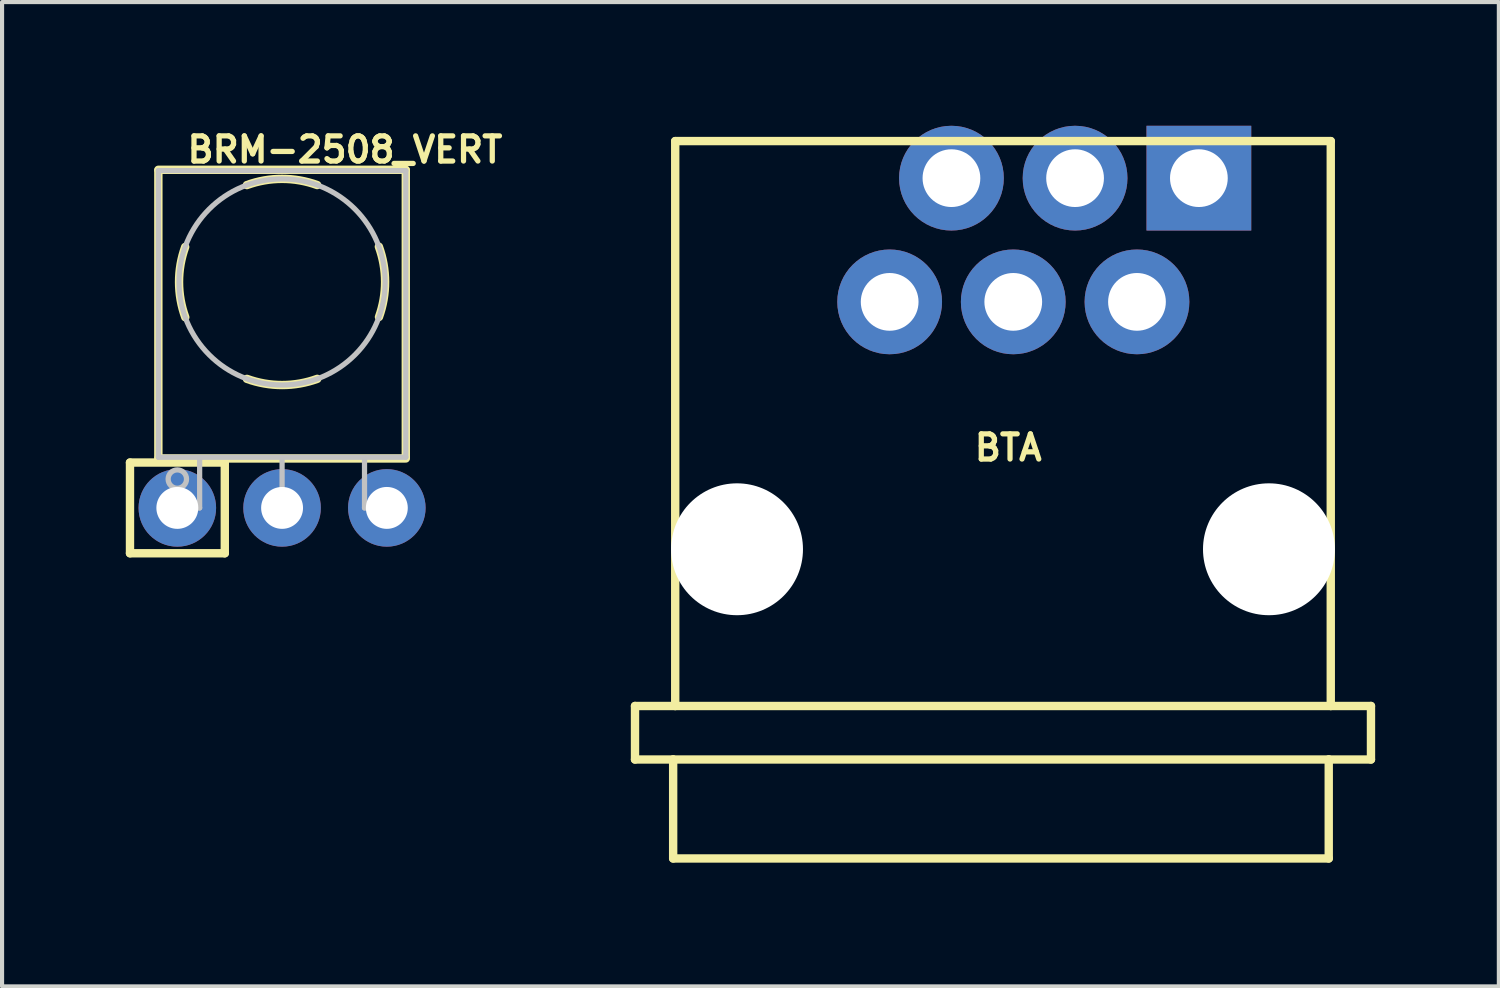
<source format=kicad_pcb>
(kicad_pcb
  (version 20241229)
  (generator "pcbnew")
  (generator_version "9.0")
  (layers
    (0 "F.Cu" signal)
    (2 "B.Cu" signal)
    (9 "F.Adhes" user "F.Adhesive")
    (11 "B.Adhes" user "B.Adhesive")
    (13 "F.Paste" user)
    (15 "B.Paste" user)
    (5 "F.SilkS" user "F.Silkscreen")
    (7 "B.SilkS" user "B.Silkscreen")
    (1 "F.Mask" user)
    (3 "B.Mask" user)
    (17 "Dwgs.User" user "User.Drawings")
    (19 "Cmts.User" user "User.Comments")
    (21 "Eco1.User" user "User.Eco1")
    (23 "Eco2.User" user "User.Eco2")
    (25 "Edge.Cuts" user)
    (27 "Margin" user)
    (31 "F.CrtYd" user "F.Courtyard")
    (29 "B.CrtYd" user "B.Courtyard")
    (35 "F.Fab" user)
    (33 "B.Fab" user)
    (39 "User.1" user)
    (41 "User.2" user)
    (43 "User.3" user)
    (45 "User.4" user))
  (footprint "BRM-2508_VERT"
    (layer "F.Cu")
    (at 3.79 9.266)
    (property "Reference" "BRM-2508_VERT" (at 1.524 -8.687 0) (layer "F.SilkS") (effects (font (size 0.61 0.61) (thickness 0.127))))
    (attr exclude_from_pos_files exclude_from_bom)
    (fp_line (start -3.688 -1.1) (end -3.688 1.1) (stroke (width 0.203) (type solid)) (layer "F.SilkS"))
    (fp_line (start -3 -8.199) (end 3 -8.199) (stroke (width 0.203) (type solid)) (layer "F.SilkS"))
    (fp_line (start -3 -8.179) (end -3 -1.229) (stroke (width 0.203) (type solid)) (layer "F.SilkS"))
    (fp_line (start -3 -1.199) (end 3 -1.199) (stroke (width 0.203) (type solid)) (layer "F.SilkS"))
    (fp_line (start -1.389 -1.1) (end -3.688 -1.1) (stroke (width 0.203) (type solid)) (layer "F.SilkS"))
    (fp_line (start -1.389 -1.1) (end -1.389 1.1) (stroke (width 0.203) (type solid)) (layer "F.SilkS"))
    (fp_line (start -1.389 1.1) (end -3.688 1.1) (stroke (width 0.203) (type solid)) (layer "F.SilkS"))
    (fp_line (start 3 -8.179) (end 3 -1.229) (stroke (width 0.203) (type solid)) (layer "F.SilkS"))
    (fp_arc (start -2.34696 -4.6228) (mid -2.498181 -5.47495) (end -2.349574 -6.327559) (stroke (width 0.2032) (type solid)) (layer "F.SilkS"))
    (fp_arc (start -0.85344 -7.82828) (mid -0.000577 -7.978482) (end 0.852356 -7.828673) (stroke (width 0.2032) (type solid)) (layer "F.SilkS"))
    (fp_arc (start 0.85344 -3.12928) (mid 0.000577 -2.979078) (end -0.852356 -3.128887) (stroke (width 0.2032) (type solid)) (layer "F.SilkS"))
    (fp_arc (start 2.34696 -6.33476) (mid 2.498181 -5.48261) (end 2.349574 -4.630001) (stroke (width 0.2032) (type solid)) (layer "F.SilkS"))
    (fp_line (start -3 -8.179) (end -3 -1.229) (stroke (width 0.127) (type solid)) (layer "Dwgs.User"))
    (fp_line (start -3 -8.179) (end 3 -8.179) (stroke (width 0.127) (type solid)) (layer "Dwgs.User"))
    (fp_line (start -3 -1.229) (end 3 -1.229) (stroke (width 0.127) (type solid)) (layer "Dwgs.User"))
    (fp_line (start -2.794 -0.254) (end -2.286 -0.254) (stroke (width 0.066) (type solid)) (layer "Dwgs.User"))
    (fp_line (start -2.794 0.254) (end -2.794 -0.254) (stroke (width 0.066) (type solid)) (layer "Dwgs.User"))
    (fp_line (start -2.794 0.254) (end -2.286 0.254) (stroke (width 0.066) (type solid)) (layer "Dwgs.User"))
    (fp_line (start -2.499 0) (end -1.999 0) (stroke (width 0.127) (type solid)) (layer "Dwgs.User"))
    (fp_line (start -2.286 0.254) (end -2.286 -0.254) (stroke (width 0.066) (type solid)) (layer "Dwgs.User"))
    (fp_line (start -1.999 0) (end -1.999 -1.199) (stroke (width 0.127) (type solid)) (layer "Dwgs.User"))
    (fp_line (start -0.254 -0.254) (end 0.254 -0.254) (stroke (width 0.066) (type solid)) (layer "Dwgs.User"))
    (fp_line (start -0.254 0.254) (end -0.254 -0.254) (stroke (width 0.066) (type solid)) (layer "Dwgs.User"))
    (fp_line (start -0.254 0.254) (end 0.254 0.254) (stroke (width 0.066) (type solid)) (layer "Dwgs.User"))
    (fp_line (start 0 -1.199) (end 0 0) (stroke (width 0.127) (type solid)) (layer "Dwgs.User"))
    (fp_line (start 0.254 0.254) (end 0.254 -0.254) (stroke (width 0.066) (type solid)) (layer "Dwgs.User"))
    (fp_line (start 1.999 0) (end 1.999 -1.199) (stroke (width 0.127) (type solid)) (layer "Dwgs.User"))
    (fp_line (start 2.286 -0.254) (end 2.794 -0.254) (stroke (width 0.066) (type solid)) (layer "Dwgs.User"))
    (fp_line (start 2.286 0.254) (end 2.286 -0.254) (stroke (width 0.066) (type solid)) (layer "Dwgs.User"))
    (fp_line (start 2.286 0.254) (end 2.794 0.254) (stroke (width 0.066) (type solid)) (layer "Dwgs.User"))
    (fp_line (start 2.499 0) (end 1.999 0) (stroke (width 0.127) (type solid)) (layer "Dwgs.User"))
    (fp_line (start 2.794 0.254) (end 2.794 -0.254) (stroke (width 0.066) (type solid)) (layer "Dwgs.User"))
    (fp_line (start 3 -8.179) (end 3 -1.229) (stroke (width 0.127) (type solid)) (layer "Dwgs.User"))
    (fp_circle (center -2.54 -0.699) (end -2.54 -0.922) (stroke (width 0.127) (type solid)) (fill no) (layer "Dwgs.User"))
    (fp_circle (center 0 -5.479) (end 0 -7.978) (stroke (width 0.127) (type solid)) (fill no) (layer "Dwgs.User"))
    (pad "1" thru_hole circle (at -2.54 0) (size 1.88 1.88) (drill 1.016) (layers "*.Cu" "*.Paste" "*.Mask"))
    (pad "2" thru_hole circle (at 0 0) (size 1.88 1.88) (drill 1.016) (layers "*.Cu" "*.Paste" "*.Mask"))
    (pad "3" thru_hole circle (at 2.54 0) (size 1.88 1.88) (drill 1.016) (layers "*.Cu" "*.Paste" "*.Mask")))
  (footprint "BTA"
    (layer "F.Cu")
    (at 21.271 10.269)
    (property "Reference" "BTA" (at 0.127 -2.464 0) (layer "F.SilkS") (effects (font (size 0.61 0.61) (thickness 0.127))))
    (attr exclude_from_pos_files exclude_from_bom)
    (fp_line (start -8.923 3.8) (end -8.923 5.098) (stroke (width 0.203) (type solid)) (layer "F.SilkS"))
    (fp_line (start -8.923 3.8) (end -7.948 3.8) (stroke (width 0.203) (type solid)) (layer "F.SilkS"))
    (fp_line (start -8.923 5.098) (end -7.998 5.098) (stroke (width 0.203) (type solid)) (layer "F.SilkS"))
    (fp_line (start -7.998 5.098) (end 7.899 5.098) (stroke (width 0.203) (type solid)) (layer "F.SilkS"))
    (fp_line (start -7.998 7.498) (end -7.998 5.098) (stroke (width 0.203) (type solid)) (layer "F.SilkS"))
    (fp_line (start -7.998 7.498) (end 7.899 7.498) (stroke (width 0.203) (type solid)) (layer "F.SilkS"))
    (fp_line (start -7.948 -9.898) (end 7.948 -9.898) (stroke (width 0.203) (type solid)) (layer "F.SilkS"))
    (fp_line (start -7.948 3.8) (end -7.948 -9.898) (stroke (width 0.203) (type solid)) (layer "F.SilkS"))
    (fp_line (start -7.948 3.8) (end 7.948 3.8) (stroke (width 0.203) (type solid)) (layer "F.SilkS"))
    (fp_line (start 7.899 5.098) (end 8.923 5.098) (stroke (width 0.203) (type solid)) (layer "F.SilkS"))
    (fp_line (start 7.899 7.498) (end 7.899 5.098) (stroke (width 0.203) (type solid)) (layer "F.SilkS"))
    (fp_line (start 7.948 3.8) (end 7.948 -9.898) (stroke (width 0.203) (type solid)) (layer "F.SilkS"))
    (fp_line (start 7.948 3.8) (end 8.923 3.8) (stroke (width 0.203) (type solid)) (layer "F.SilkS"))
    (fp_line (start 8.923 3.8) (end 8.923 5.098) (stroke (width 0.203) (type solid)) (layer "F.SilkS"))
    (pad "" np_thru_hole circle (at -6.449 0) (size 3.198 3.198) (drill 3.198) (layers "*.Cu" "*.Mask"))
    (pad "" np_thru_hole circle (at 6.449 0) (size 3.198 3.198) (drill 3.198) (layers "*.Cu" "*.Mask"))
    (pad "1" thru_hole rect (at 4.75 -8.999) (size 2.54 2.54) (drill 1.4) (layers "*.Cu" "*.Paste" "*.Mask"))
    (pad "2" thru_hole circle (at 3.249 -5.999) (size 2.54 2.54) (drill 1.4) (layers "*.Cu" "*.Paste" "*.Mask"))
    (pad "3" thru_hole circle (at 1.748 -8.999) (size 2.54 2.54) (drill 1.4) (layers "*.Cu" "*.Paste" "*.Mask"))
    (pad "4" thru_hole circle (at 0.249 -5.999) (size 2.54 2.54) (drill 1.4) (layers "*.Cu" "*.Paste" "*.Mask"))
    (pad "5" thru_hole circle (at -1.25 -8.999) (size 2.54 2.54) (drill 1.4) (layers "*.Cu" "*.Paste" "*.Mask"))
    (pad "6" thru_hole circle (at -2.748 -5.999) (size 2.54 2.54) (drill 1.4) (layers "*.Cu" "*.Paste" "*.Mask")))
  (gr_rect
    (start -3 -3)
    (end 33.295 20.869)
    (stroke (width 0.1) (type default))
    (fill no)
    (layer "Edge.Cuts")))
</source>
